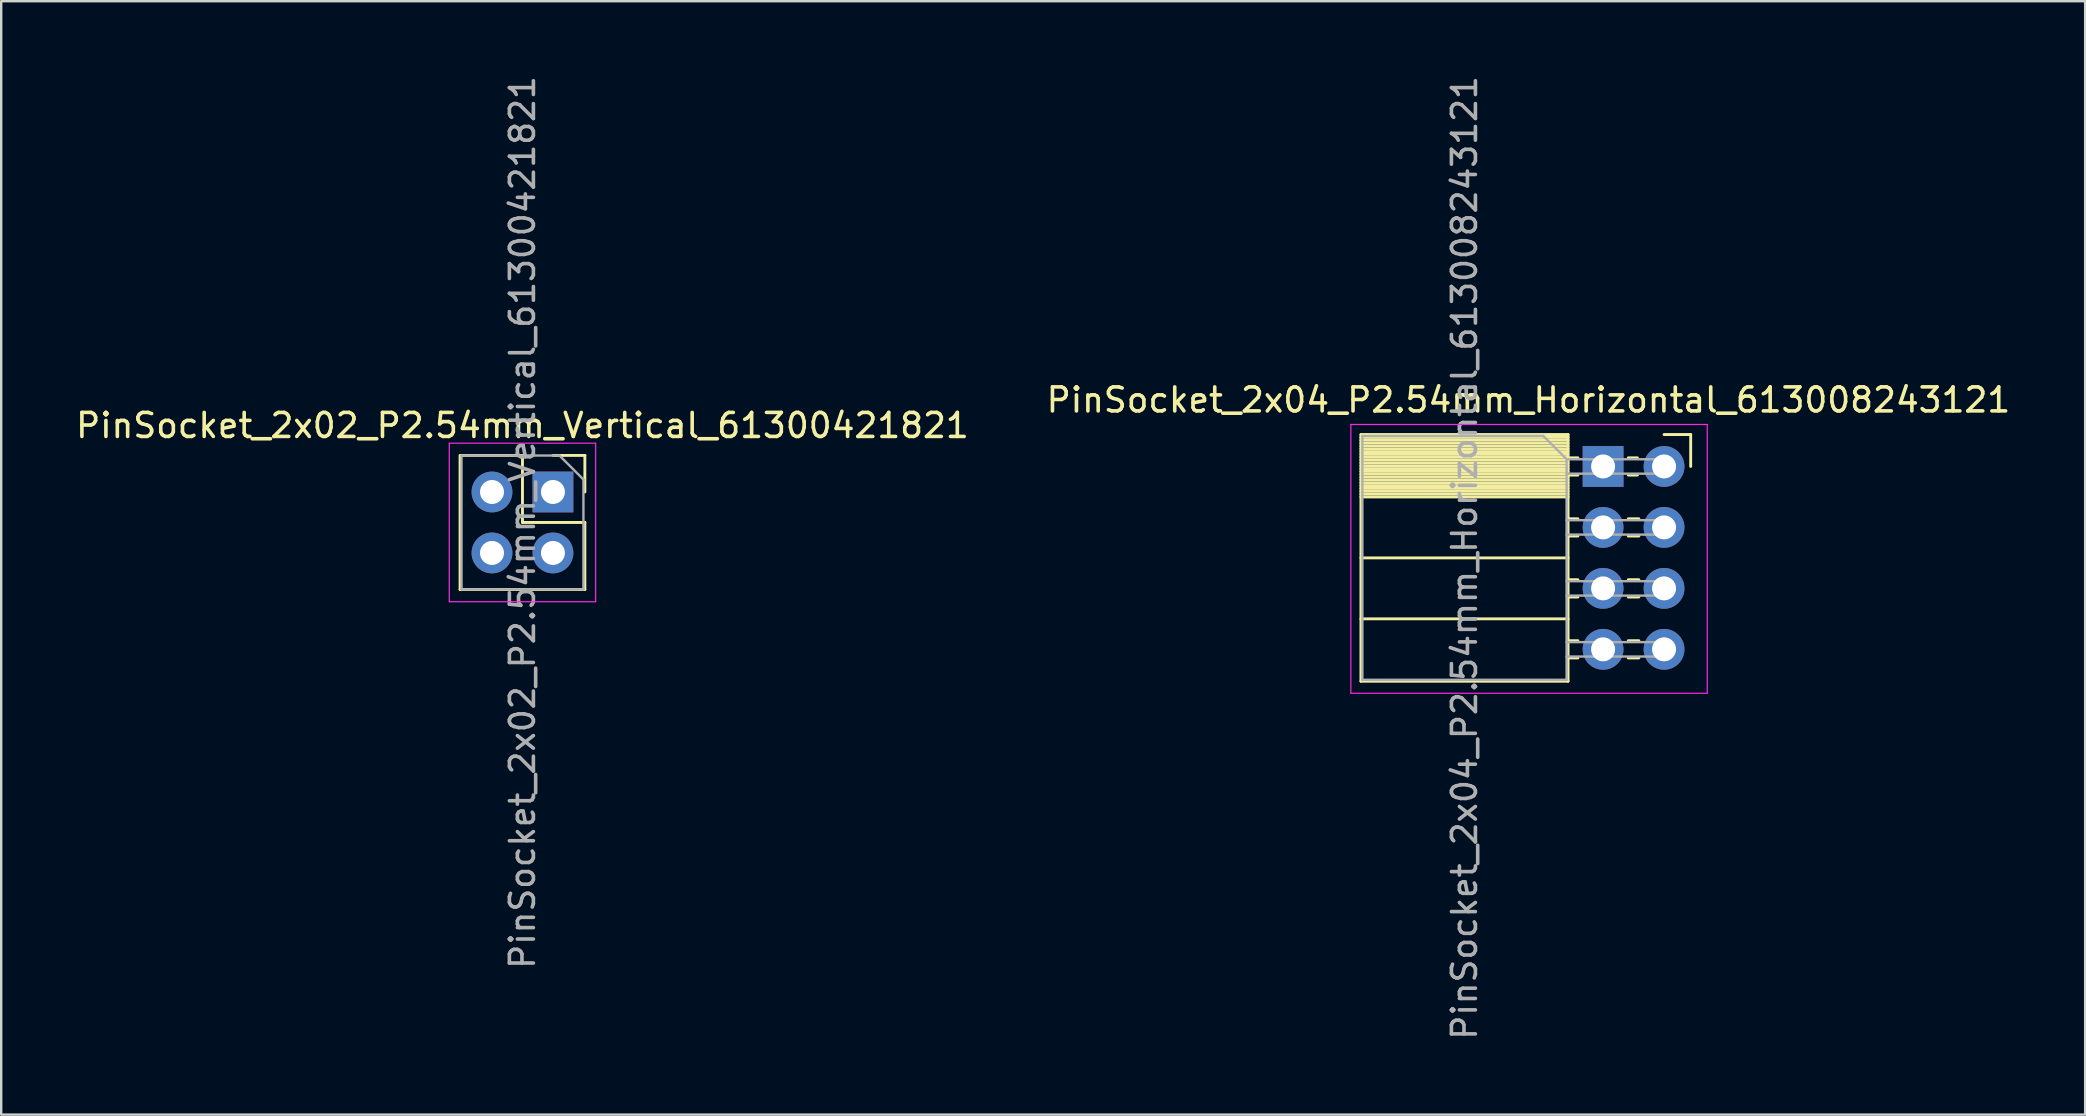
<source format=kicad_pcb>
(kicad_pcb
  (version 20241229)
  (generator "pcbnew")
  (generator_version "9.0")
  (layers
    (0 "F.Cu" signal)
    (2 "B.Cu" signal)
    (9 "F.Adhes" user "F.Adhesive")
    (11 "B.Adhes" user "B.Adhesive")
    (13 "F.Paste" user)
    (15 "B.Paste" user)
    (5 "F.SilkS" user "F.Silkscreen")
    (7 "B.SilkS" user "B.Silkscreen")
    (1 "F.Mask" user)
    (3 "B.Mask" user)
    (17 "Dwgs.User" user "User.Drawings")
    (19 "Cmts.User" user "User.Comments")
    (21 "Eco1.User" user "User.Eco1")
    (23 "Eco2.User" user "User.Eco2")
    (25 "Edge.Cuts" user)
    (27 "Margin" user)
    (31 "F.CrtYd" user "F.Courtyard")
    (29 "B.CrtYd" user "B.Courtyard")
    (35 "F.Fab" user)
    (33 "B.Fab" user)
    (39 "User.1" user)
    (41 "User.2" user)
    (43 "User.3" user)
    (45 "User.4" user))
  (footprint "PinSocket_2x02_P2.54mm_Vertical_61300421821"
    (layer "F.Cu")
    (at 19.99 17.45)
    (property "Reference" "PinSocket_2x02_P2.54mm_Vertical_61300421821" (at -1.27 -2.77 0) (layer "F.SilkS") (effects (font (size 1 1) (thickness 0.15))))
    (attr through_hole)
    (fp_line (start -3.87 -1.524) (end -3.87 4.064) (stroke (width 0.12) (type solid)) (layer "F.SilkS"))
    (fp_line (start -3.87 4.064) (end 1.33 4.064) (stroke (width 0.12) (type solid)) (layer "F.SilkS"))
    (fp_line (start -3.84 -1.524) (end -1.27 -1.524) (stroke (width 0.12) (type solid)) (layer "F.SilkS"))
    (fp_line (start -1.27 -1.524) (end -1.27 1.27) (stroke (width 0.12) (type solid)) (layer "F.SilkS"))
    (fp_line (start -1.27 1.27) (end 1.33 1.27) (stroke (width 0.12) (type solid)) (layer "F.SilkS"))
    (fp_line (start 0 -1.524) (end 1.33 -1.524) (stroke (width 0.12) (type solid)) (layer "F.SilkS"))
    (fp_line (start 1.33 -1.524) (end 1.33 0) (stroke (width 0.12) (type solid)) (layer "F.SilkS"))
    (fp_line (start 1.33 1.27) (end 1.33 4.064) (stroke (width 0.12) (type solid)) (layer "F.SilkS"))
    (fp_line (start -4.32 -2.032) (end 1.78 -2.032) (stroke (width 0.05) (type solid)) (layer "F.CrtYd"))
    (fp_line (start -4.32 4.572) (end -4.32 -2.032) (stroke (width 0.05) (type solid)) (layer "F.CrtYd"))
    (fp_line (start 1.78 -2.032) (end 1.78 4.572) (stroke (width 0.05) (type solid)) (layer "F.CrtYd"))
    (fp_line (start 1.78 4.572) (end -4.32 4.572) (stroke (width 0.05) (type solid)) (layer "F.CrtYd"))
    (fp_line (start -3.81 -1.52) (end 0.27 -1.52) (stroke (width 0.1) (type solid)) (layer "F.Fab"))
    (fp_line (start -3.81 4.06) (end -3.81 -1.52) (stroke (width 0.1) (type solid)) (layer "F.Fab"))
    (fp_line (start 0.27 -1.52) (end 1.27 -0.52) (stroke (width 0.1) (type solid)) (layer "F.Fab"))
    (fp_line (start 1.27 -0.52) (end 1.27 4.06) (stroke (width 0.1) (type solid)) (layer "F.Fab"))
    (fp_line (start 1.27 4.06) (end -3.81 4.06) (stroke (width 0.1) (type solid)) (layer "F.Fab"))
    (fp_text user "${REFERENCE}" (at -1.27 1.27 90) (layer "F.Fab") (effects (font (size 1 1) (thickness 0.15))))
    (pad "1" thru_hole rect (at 0 0) (size 1.7 1.7) (drill 1) (layers "*.Cu" "*.Mask"))
    (pad "2" thru_hole oval (at -2.54 0) (size 1.7 1.7) (drill 1) (layers "*.Cu" "*.Mask"))
    (pad "3" thru_hole oval (at 0 2.54) (size 1.7 1.7) (drill 1) (layers "*.Cu" "*.Mask"))
    (pad "4" thru_hole oval (at -2.54 2.54) (size 1.7 1.7) (drill 1) (layers "*.Cu" "*.Mask")))
  (footprint "PinSocket_2x04_P2.54mm_Horizontal_613008243121"
    (layer "F.Cu")
    (at 66.287 16.386)
    (property "Reference" "PinSocket_2x04_P2.54mm_Horizontal_613008243121" (at -5.65 -2.77 0) (layer "F.SilkS") (effects (font (size 1 1) (thickness 0.15))))
    (attr through_hole)
    (fp_line (start -12.63 -1.33) (end -12.63 8.95) (stroke (width 0.12) (type solid)) (layer "F.SilkS"))
    (fp_line (start -12.63 -1.33) (end -4 -1.33) (stroke (width 0.12) (type solid)) (layer "F.SilkS"))
    (fp_line (start -12.63 -1.21) (end -4 -1.21) (stroke (width 0.12) (type solid)) (layer "F.SilkS"))
    (fp_line (start -12.63 -1.092) (end -4 -1.092) (stroke (width 0.12) (type solid)) (layer "F.SilkS"))
    (fp_line (start -12.63 -0.974) (end -4 -0.974) (stroke (width 0.12) (type solid)) (layer "F.SilkS"))
    (fp_line (start -12.63 -0.856) (end -4 -0.856) (stroke (width 0.12) (type solid)) (layer "F.SilkS"))
    (fp_line (start -12.63 -0.738) (end -4 -0.738) (stroke (width 0.12) (type solid)) (layer "F.SilkS"))
    (fp_line (start -12.63 -0.62) (end -4 -0.62) (stroke (width 0.12) (type solid)) (layer "F.SilkS"))
    (fp_line (start -12.63 -0.501) (end -4 -0.501) (stroke (width 0.12) (type solid)) (layer "F.SilkS"))
    (fp_line (start -12.63 -0.383) (end -4 -0.383) (stroke (width 0.12) (type solid)) (layer "F.SilkS"))
    (fp_line (start -12.63 -0.265) (end -4 -0.265) (stroke (width 0.12) (type solid)) (layer "F.SilkS"))
    (fp_line (start -12.63 -0.147) (end -4 -0.147) (stroke (width 0.12) (type solid)) (layer "F.SilkS"))
    (fp_line (start -12.63 -0.029) (end -4 -0.029) (stroke (width 0.12) (type solid)) (layer "F.SilkS"))
    (fp_line (start -12.63 0.089) (end -4 0.089) (stroke (width 0.12) (type solid)) (layer "F.SilkS"))
    (fp_line (start -12.63 0.207) (end -4 0.207) (stroke (width 0.12) (type solid)) (layer "F.SilkS"))
    (fp_line (start -12.63 0.325) (end -4 0.325) (stroke (width 0.12) (type solid)) (layer "F.SilkS"))
    (fp_line (start -12.63 0.443) (end -4 0.443) (stroke (width 0.12) (type solid)) (layer "F.SilkS"))
    (fp_line (start -12.63 0.561) (end -4 0.561) (stroke (width 0.12) (type solid)) (layer "F.SilkS"))
    (fp_line (start -12.63 0.68) (end -4 0.68) (stroke (width 0.12) (type solid)) (layer "F.SilkS"))
    (fp_line (start -12.63 0.798) (end -4 0.798) (stroke (width 0.12) (type solid)) (layer "F.SilkS"))
    (fp_line (start -12.63 0.916) (end -4 0.916) (stroke (width 0.12) (type solid)) (layer "F.SilkS"))
    (fp_line (start -12.63 1.034) (end -4 1.034) (stroke (width 0.12) (type solid)) (layer "F.SilkS"))
    (fp_line (start -12.63 1.152) (end -4 1.152) (stroke (width 0.12) (type solid)) (layer "F.SilkS"))
    (fp_line (start -12.63 1.27) (end -4 1.27) (stroke (width 0.12) (type solid)) (layer "F.SilkS"))
    (fp_line (start -12.63 3.81) (end -4 3.81) (stroke (width 0.12) (type solid)) (layer "F.SilkS"))
    (fp_line (start -12.63 6.35) (end -4 6.35) (stroke (width 0.12) (type solid)) (layer "F.SilkS"))
    (fp_line (start -12.63 8.95) (end -4 8.95) (stroke (width 0.12) (type solid)) (layer "F.SilkS"))
    (fp_line (start -4 -1.33) (end -4 8.95) (stroke (width 0.12) (type solid)) (layer "F.SilkS"))
    (fp_line (start -4 -0.36) (end -3.59 -0.36) (stroke (width 0.12) (type solid)) (layer "F.SilkS"))
    (fp_line (start -4 0.36) (end -3.59 0.36) (stroke (width 0.12) (type solid)) (layer "F.SilkS"))
    (fp_line (start -4 2.18) (end -3.59 2.18) (stroke (width 0.12) (type solid)) (layer "F.SilkS"))
    (fp_line (start -4 2.9) (end -3.59 2.9) (stroke (width 0.12) (type solid)) (layer "F.SilkS"))
    (fp_line (start -4 4.72) (end -3.59 4.72) (stroke (width 0.12) (type solid)) (layer "F.SilkS"))
    (fp_line (start -4 5.44) (end -3.59 5.44) (stroke (width 0.12) (type solid)) (layer "F.SilkS"))
    (fp_line (start -4 7.26) (end -3.59 7.26) (stroke (width 0.12) (type solid)) (layer "F.SilkS"))
    (fp_line (start -4 7.98) (end -3.59 7.98) (stroke (width 0.12) (type solid)) (layer "F.SilkS"))
    (fp_line (start -1.49 -0.36) (end -1.11 -0.36) (stroke (width 0.12) (type solid)) (layer "F.SilkS"))
    (fp_line (start -1.49 0.36) (end -1.11 0.36) (stroke (width 0.12) (type solid)) (layer "F.SilkS"))
    (fp_line (start -1.49 2.18) (end -1.05 2.18) (stroke (width 0.12) (type solid)) (layer "F.SilkS"))
    (fp_line (start -1.49 2.9) (end -1.05 2.9) (stroke (width 0.12) (type solid)) (layer "F.SilkS"))
    (fp_line (start -1.49 4.72) (end -1.05 4.72) (stroke (width 0.12) (type solid)) (layer "F.SilkS"))
    (fp_line (start -1.49 5.44) (end -1.05 5.44) (stroke (width 0.12) (type solid)) (layer "F.SilkS"))
    (fp_line (start -1.49 7.26) (end -1.05 7.26) (stroke (width 0.12) (type solid)) (layer "F.SilkS"))
    (fp_line (start -1.49 7.98) (end -1.05 7.98) (stroke (width 0.12) (type solid)) (layer "F.SilkS"))
    (fp_line (start 0 -1.33) (end 1.11 -1.33) (stroke (width 0.12) (type solid)) (layer "F.SilkS"))
    (fp_line (start 1.11 -1.33) (end 1.11 0) (stroke (width 0.12) (type solid)) (layer "F.SilkS"))
    (fp_line (start -13.05 -1.75) (end -13.05 9.45) (stroke (width 0.05) (type solid)) (layer "F.CrtYd"))
    (fp_line (start -13.05 9.45) (end 1.8 9.45) (stroke (width 0.05) (type solid)) (layer "F.CrtYd"))
    (fp_line (start 1.8 -1.75) (end -13.05 -1.75) (stroke (width 0.05) (type solid)) (layer "F.CrtYd"))
    (fp_line (start 1.8 9.45) (end 1.8 -1.75) (stroke (width 0.05) (type solid)) (layer "F.CrtYd"))
    (fp_line (start -12.57 -1.27) (end -5.03 -1.27) (stroke (width 0.1) (type solid)) (layer "F.Fab"))
    (fp_line (start -12.57 8.89) (end -12.57 -1.27) (stroke (width 0.1) (type solid)) (layer "F.Fab"))
    (fp_line (start -5.03 -1.27) (end -4.06 -0.3) (stroke (width 0.1) (type solid)) (layer "F.Fab"))
    (fp_line (start -4.06 -0.3) (end -4.06 8.89) (stroke (width 0.1) (type solid)) (layer "F.Fab"))
    (fp_line (start -4.06 0.3) (end 0 0.3) (stroke (width 0.1) (type solid)) (layer "F.Fab"))
    (fp_line (start -4.06 2.84) (end 0 2.84) (stroke (width 0.1) (type solid)) (layer "F.Fab"))
    (fp_line (start -4.06 5.38) (end 0 5.38) (stroke (width 0.1) (type solid)) (layer "F.Fab"))
    (fp_line (start -4.06 7.92) (end 0 7.92) (stroke (width 0.1) (type solid)) (layer "F.Fab"))
    (fp_line (start -4.06 8.89) (end -12.57 8.89) (stroke (width 0.1) (type solid)) (layer "F.Fab"))
    (fp_line (start 0 -0.3) (end -4.06 -0.3) (stroke (width 0.1) (type solid)) (layer "F.Fab"))
    (fp_line (start 0 0.3) (end 0 -0.3) (stroke (width 0.1) (type solid)) (layer "F.Fab"))
    (fp_line (start 0 2.24) (end -4.06 2.24) (stroke (width 0.1) (type solid)) (layer "F.Fab"))
    (fp_line (start 0 2.84) (end 0 2.24) (stroke (width 0.1) (type solid)) (layer "F.Fab"))
    (fp_line (start 0 4.78) (end -4.06 4.78) (stroke (width 0.1) (type solid)) (layer "F.Fab"))
    (fp_line (start 0 5.38) (end 0 4.78) (stroke (width 0.1) (type solid)) (layer "F.Fab"))
    (fp_line (start 0 7.32) (end -4.06 7.32) (stroke (width 0.1) (type solid)) (layer "F.Fab"))
    (fp_line (start 0 7.92) (end 0 7.32) (stroke (width 0.1) (type solid)) (layer "F.Fab"))
    (fp_text user "${REFERENCE}" (at -8.315 3.81 90) (layer "F.Fab") (effects (font (size 1 1) (thickness 0.15))))
    (pad "1" thru_hole rect (at -2.54 0) (size 1.7 1.7) (drill 1) (layers "*.Cu" "*.Mask"))
    (pad "2" thru_hole oval (at 0 0) (size 1.7 1.7) (drill 1) (layers "*.Cu" "*.Mask"))
    (pad "3" thru_hole oval (at -2.54 2.54) (size 1.7 1.7) (drill 1) (layers "*.Cu" "*.Mask"))
    (pad "4" thru_hole oval (at 0 2.54) (size 1.7 1.7) (drill 1) (layers "*.Cu" "*.Mask"))
    (pad "5" thru_hole oval (at -2.54 5.08) (size 1.7 1.7) (drill 1) (layers "*.Cu" "*.Mask"))
    (pad "6" thru_hole oval (at 0 5.08) (size 1.7 1.7) (drill 1) (layers "*.Cu" "*.Mask"))
    (pad "7" thru_hole oval (at -2.54 7.62) (size 1.7 1.7) (drill 1) (layers "*.Cu" "*.Mask"))
    (pad "8" thru_hole oval (at 0 7.62) (size 1.7 1.7) (drill 1) (layers "*.Cu" "*.Mask")))
  (gr_rect
    (start -3 -3)
    (end 83.833 43.393)
    (stroke (width 0.1) (type default))
    (fill no)
    (layer "Edge.Cuts")))
</source>
